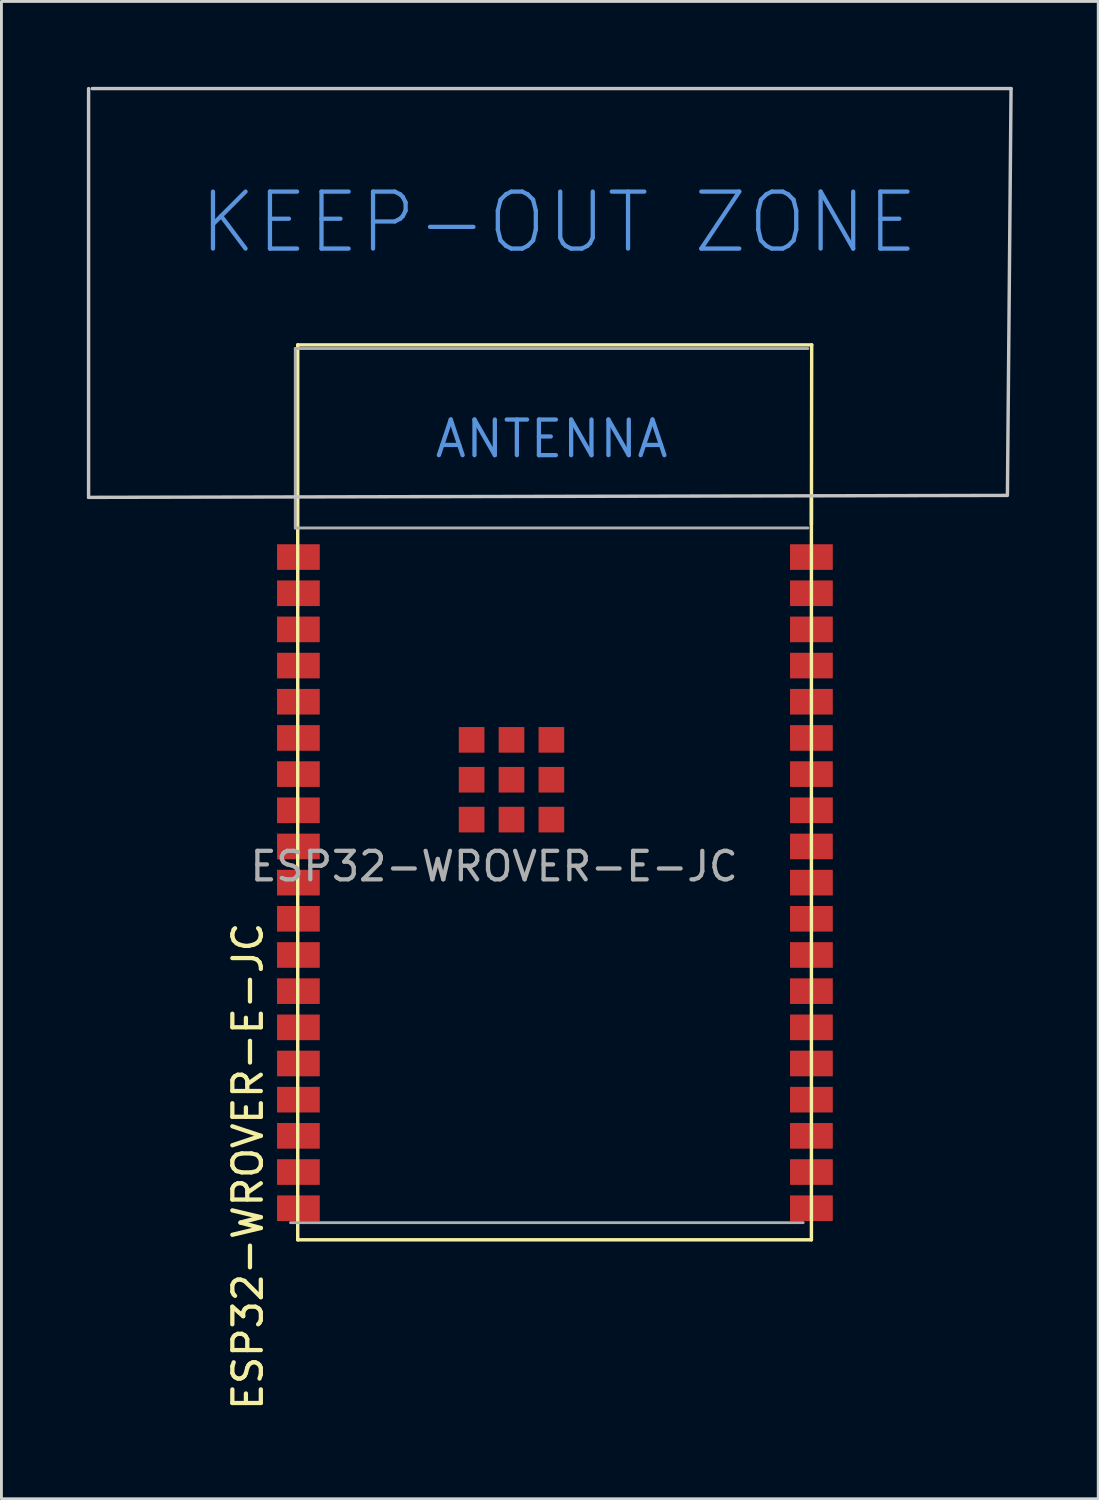
<source format=kicad_pcb>
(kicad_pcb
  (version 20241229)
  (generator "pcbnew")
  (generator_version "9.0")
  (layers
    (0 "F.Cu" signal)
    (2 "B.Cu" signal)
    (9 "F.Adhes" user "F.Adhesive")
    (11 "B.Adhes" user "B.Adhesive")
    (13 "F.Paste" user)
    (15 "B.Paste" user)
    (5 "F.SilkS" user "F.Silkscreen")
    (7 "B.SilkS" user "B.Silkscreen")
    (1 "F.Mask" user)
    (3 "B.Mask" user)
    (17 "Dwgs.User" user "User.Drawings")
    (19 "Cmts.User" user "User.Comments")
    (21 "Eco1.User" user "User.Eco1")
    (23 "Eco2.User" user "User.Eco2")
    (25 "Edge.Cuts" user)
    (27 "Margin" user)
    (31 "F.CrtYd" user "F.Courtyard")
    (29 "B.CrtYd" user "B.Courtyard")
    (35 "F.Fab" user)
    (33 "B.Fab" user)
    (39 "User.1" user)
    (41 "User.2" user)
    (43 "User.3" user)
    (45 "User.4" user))
  (footprint "ESP32-WROVER-E-JC"
    (layer "F.Cu")
    (at 16.062 27.365)
    (property "Reference" "ESP32-WROVER-E-JC" (at -10.41 10.53 90) (layer "F.SilkS") (effects (font (size 1 1) (thickness 0.15))))
    (attr smd)
    (fp_line (start -8.66 -18.307) (end -8.66 13.111) (stroke (width 0.12) (type solid)) (layer "F.SilkS"))
    (fp_line (start -8.66 -18.307) (end 9.384 -18.307) (stroke (width 0.12) (type solid)) (layer "F.SilkS"))
    (fp_line (start -8.66 13.111) (end 9.374 13.111) (stroke (width 0.12) (type solid)) (layer "F.SilkS"))
    (fp_line (start 9.374 -12.924) (end 9.374 13.111) (stroke (width 0.12) (type solid)) (layer "F.SilkS"))
    (fp_line (start 9.374 -12.002) (end 9.384 -18.307) (stroke (width 0.12) (type solid)) (layer "F.SilkS"))
    (fp_line (start -16.002 -27.305) (end -16.002 -12.954) (stroke (width 0.12) (type solid)) (layer "Dwgs.User"))
    (fp_line (start -16.002 -12.954) (end 16.256 -13.023) (stroke (width 0.12) (type solid)) (layer "Dwgs.User"))
    (fp_line (start -15.875 -27.305) (end 16.383 -27.305) (stroke (width 0.12) (type solid)) (layer "Dwgs.User"))
    (fp_line (start 16.383 -27.305) (end 16.256 -13.081) (stroke (width 0.12) (type solid)) (layer "Dwgs.User"))
    (fp_line (start -8.914 12.509) (end 9.086 12.509) (stroke (width 0.1) (type solid)) (layer "F.Fab"))
    (fp_line (start -8.746 -18.18) (end 9.254 -18.18) (stroke (width 0.1) (type solid)) (layer "F.Fab"))
    (fp_line (start -8.746 -18.177) (end -8.746 -11.877) (stroke (width 0.1) (type solid)) (layer "F.Fab"))
    (fp_line (start 9.254 -11.88) (end -8.746 -11.88) (stroke (width 0.1) (type solid)) (layer "F.Fab"))
    (fp_text user "KEEP-OUT ZONE" (at 0.508 -22.606 0) (layer "Cmts.User") (effects (font (size 2 2) (thickness 0.15))))
    (fp_text user "ANTENNA" (at 0.254 -15.007 0) (layer "Cmts.User") (effects (font (size 1.25 1.25) (thickness 0.15))))
    (fp_text user "${REFERENCE}" (at -1.766 0 0) (layer "F.Fab") (effects (font (size 1 1) (thickness 0.15))))
    (pad "1" smd rect (at -8.636 -10.858 180) (size 1.5 0.9) (layers "F.Cu" "F.Mask" "F.Paste"))
    (pad "2" smd rect (at -8.636 -9.588 180) (size 1.5 0.9) (layers "F.Cu" "F.Mask" "F.Paste"))
    (pad "3" smd rect (at -8.636 -8.319 180) (size 1.5 0.9) (layers "F.Cu" "F.Mask" "F.Paste"))
    (pad "4" smd rect (at -8.636 -7.048 180) (size 1.5 0.9) (layers "F.Cu" "F.Mask" "F.Paste"))
    (pad "5" smd rect (at -8.636 -5.779 180) (size 1.5 0.9) (layers "F.Cu" "F.Mask" "F.Paste"))
    (pad "6" smd rect (at -8.636 -4.508 180) (size 1.5 0.9) (layers "F.Cu" "F.Mask" "F.Paste"))
    (pad "7" smd rect (at -8.636 -3.239 180) (size 1.5 0.9) (layers "F.Cu" "F.Mask" "F.Paste"))
    (pad "8" smd rect (at -8.636 -1.968 180) (size 1.5 0.9) (layers "F.Cu" "F.Mask" "F.Paste"))
    (pad "9" smd rect (at -8.636 -0.699 180) (size 1.5 0.9) (layers "F.Cu" "F.Mask" "F.Paste"))
    (pad "10" smd rect (at -8.636 0.572 180) (size 1.5 0.9) (layers "F.Cu" "F.Mask" "F.Paste"))
    (pad "11" smd rect (at -8.636 1.841 180) (size 1.5 0.9) (layers "F.Cu" "F.Mask" "F.Paste"))
    (pad "12" smd rect (at -8.636 3.111 180) (size 1.5 0.9) (layers "F.Cu" "F.Mask" "F.Paste"))
    (pad "13" smd rect (at -8.636 4.381 180) (size 1.5 0.9) (layers "F.Cu" "F.Mask" "F.Paste"))
    (pad "14" smd rect (at -8.636 5.652 180) (size 1.5 0.9) (layers "F.Cu" "F.Mask" "F.Paste"))
    (pad "15" smd rect (at -8.636 6.921 180) (size 1.5 0.9) (layers "F.Cu" "F.Mask" "F.Paste"))
    (pad "16" smd rect (at -8.636 8.191 180) (size 1.5 0.9) (layers "F.Cu" "F.Mask" "F.Paste"))
    (pad "17" smd rect (at -8.636 9.461 180) (size 1.5 0.9) (layers "F.Cu" "F.Mask" "F.Paste"))
    (pad "18" smd rect (at -8.636 10.732 90) (size 0.9 1.5) (layers "F.Cu" "F.Mask" "F.Paste"))
    (pad "19" smd rect (at -8.636 12.002 90) (size 0.9 1.5) (layers "F.Cu" "F.Mask" "F.Paste"))
    (pad "20" smd rect (at 9.374 12.002 90) (size 0.9 1.5) (layers "F.Cu" "F.Mask" "F.Paste"))
    (pad "21" smd rect (at 9.374 10.732 90) (size 0.9 1.5) (layers "F.Cu" "F.Mask" "F.Paste"))
    (pad "22" smd rect (at 9.374 9.461 90) (size 0.9 1.5) (layers "F.Cu" "F.Mask" "F.Paste"))
    (pad "23" smd rect (at 9.374 8.191 90) (size 0.9 1.5) (layers "F.Cu" "F.Mask" "F.Paste"))
    (pad "24" smd rect (at 9.374 6.921 90) (size 0.9 1.5) (layers "F.Cu" "F.Mask" "F.Paste"))
    (pad "25" smd rect (at 9.374 5.652 90) (size 0.9 1.5) (layers "F.Cu" "F.Mask" "F.Paste"))
    (pad "26" smd rect (at 9.374 4.381 90) (size 0.9 1.5) (layers "F.Cu" "F.Mask" "F.Paste"))
    (pad "27" smd rect (at 9.374 3.111) (size 1.5 0.9) (layers "F.Cu" "F.Mask" "F.Paste"))
    (pad "28" smd rect (at 9.374 1.841) (size 1.5 0.9) (layers "F.Cu" "F.Mask" "F.Paste"))
    (pad "29" smd rect (at 9.374 0.572) (size 1.5 0.9) (layers "F.Cu" "F.Mask" "F.Paste"))
    (pad "30" smd rect (at 9.374 -0.699) (size 1.5 0.9) (layers "F.Cu" "F.Mask" "F.Paste"))
    (pad "31" smd rect (at 9.374 -1.968) (size 1.5 0.9) (layers "F.Cu" "F.Mask" "F.Paste"))
    (pad "32" smd rect (at 9.374 -3.239) (size 1.5 0.9) (layers "F.Cu" "F.Mask" "F.Paste"))
    (pad "33" smd rect (at 9.374 -4.508) (size 1.5 0.9) (layers "F.Cu" "F.Mask" "F.Paste"))
    (pad "34" smd rect (at 9.374 -5.779) (size 1.5 0.9) (layers "F.Cu" "F.Mask" "F.Paste"))
    (pad "35" smd rect (at 9.374 -7.048) (size 1.5 0.9) (layers "F.Cu" "F.Mask" "F.Paste"))
    (pad "36" smd rect (at 9.374 -8.319) (size 1.5 0.9) (layers "F.Cu" "F.Mask" "F.Paste"))
    (pad "37" smd rect (at 9.374 -9.588) (size 1.5 0.9) (layers "F.Cu" "F.Mask" "F.Paste"))
    (pad "38" smd rect (at 9.374 -10.858) (size 1.5 0.9) (layers "F.Cu" "F.Mask" "F.Paste"))
    (pad "39" smd rect (at -2.555 -4.441 90) (size 0.9 0.9) (layers "F.Cu" "F.Mask" "F.Paste"))
    (pad "39" smd rect (at -2.555 -3.041 90) (size 0.9 0.9) (layers "F.Cu" "F.Mask" "F.Paste"))
    (pad "39" smd rect (at -2.555 -1.641 90) (size 0.9 0.9) (layers "F.Cu" "F.Mask" "F.Paste"))
    (pad "39" smd rect (at -1.155 -4.441 90) (size 0.9 0.9) (layers "F.Cu" "F.Mask" "F.Paste"))
    (pad "39" smd rect (at -1.155 -3.041 90) (size 0.9 0.9) (layers "F.Cu" "F.Mask" "F.Paste"))
    (pad "39" smd rect (at -1.155 -1.641 90) (size 0.9 0.9) (layers "F.Cu" "F.Mask" "F.Paste"))
    (pad "39" smd rect (at 0.245 -4.441 90) (size 0.9 0.9) (layers "F.Cu" "F.Mask" "F.Paste"))
    (pad "39" smd rect (at 0.245 -3.041 90) (size 0.9 0.9) (layers "F.Cu" "F.Mask" "F.Paste"))
    (pad "39" smd rect (at 0.245 -1.641 90) (size 0.9 0.9) (layers "F.Cu" "F.Mask" "F.Paste")))
  (gr_rect
    (start -3 -3)
    (end 35.505 49.568)
    (stroke (width 0.1) (type default))
    (fill no)
    (layer "Edge.Cuts")))
</source>
